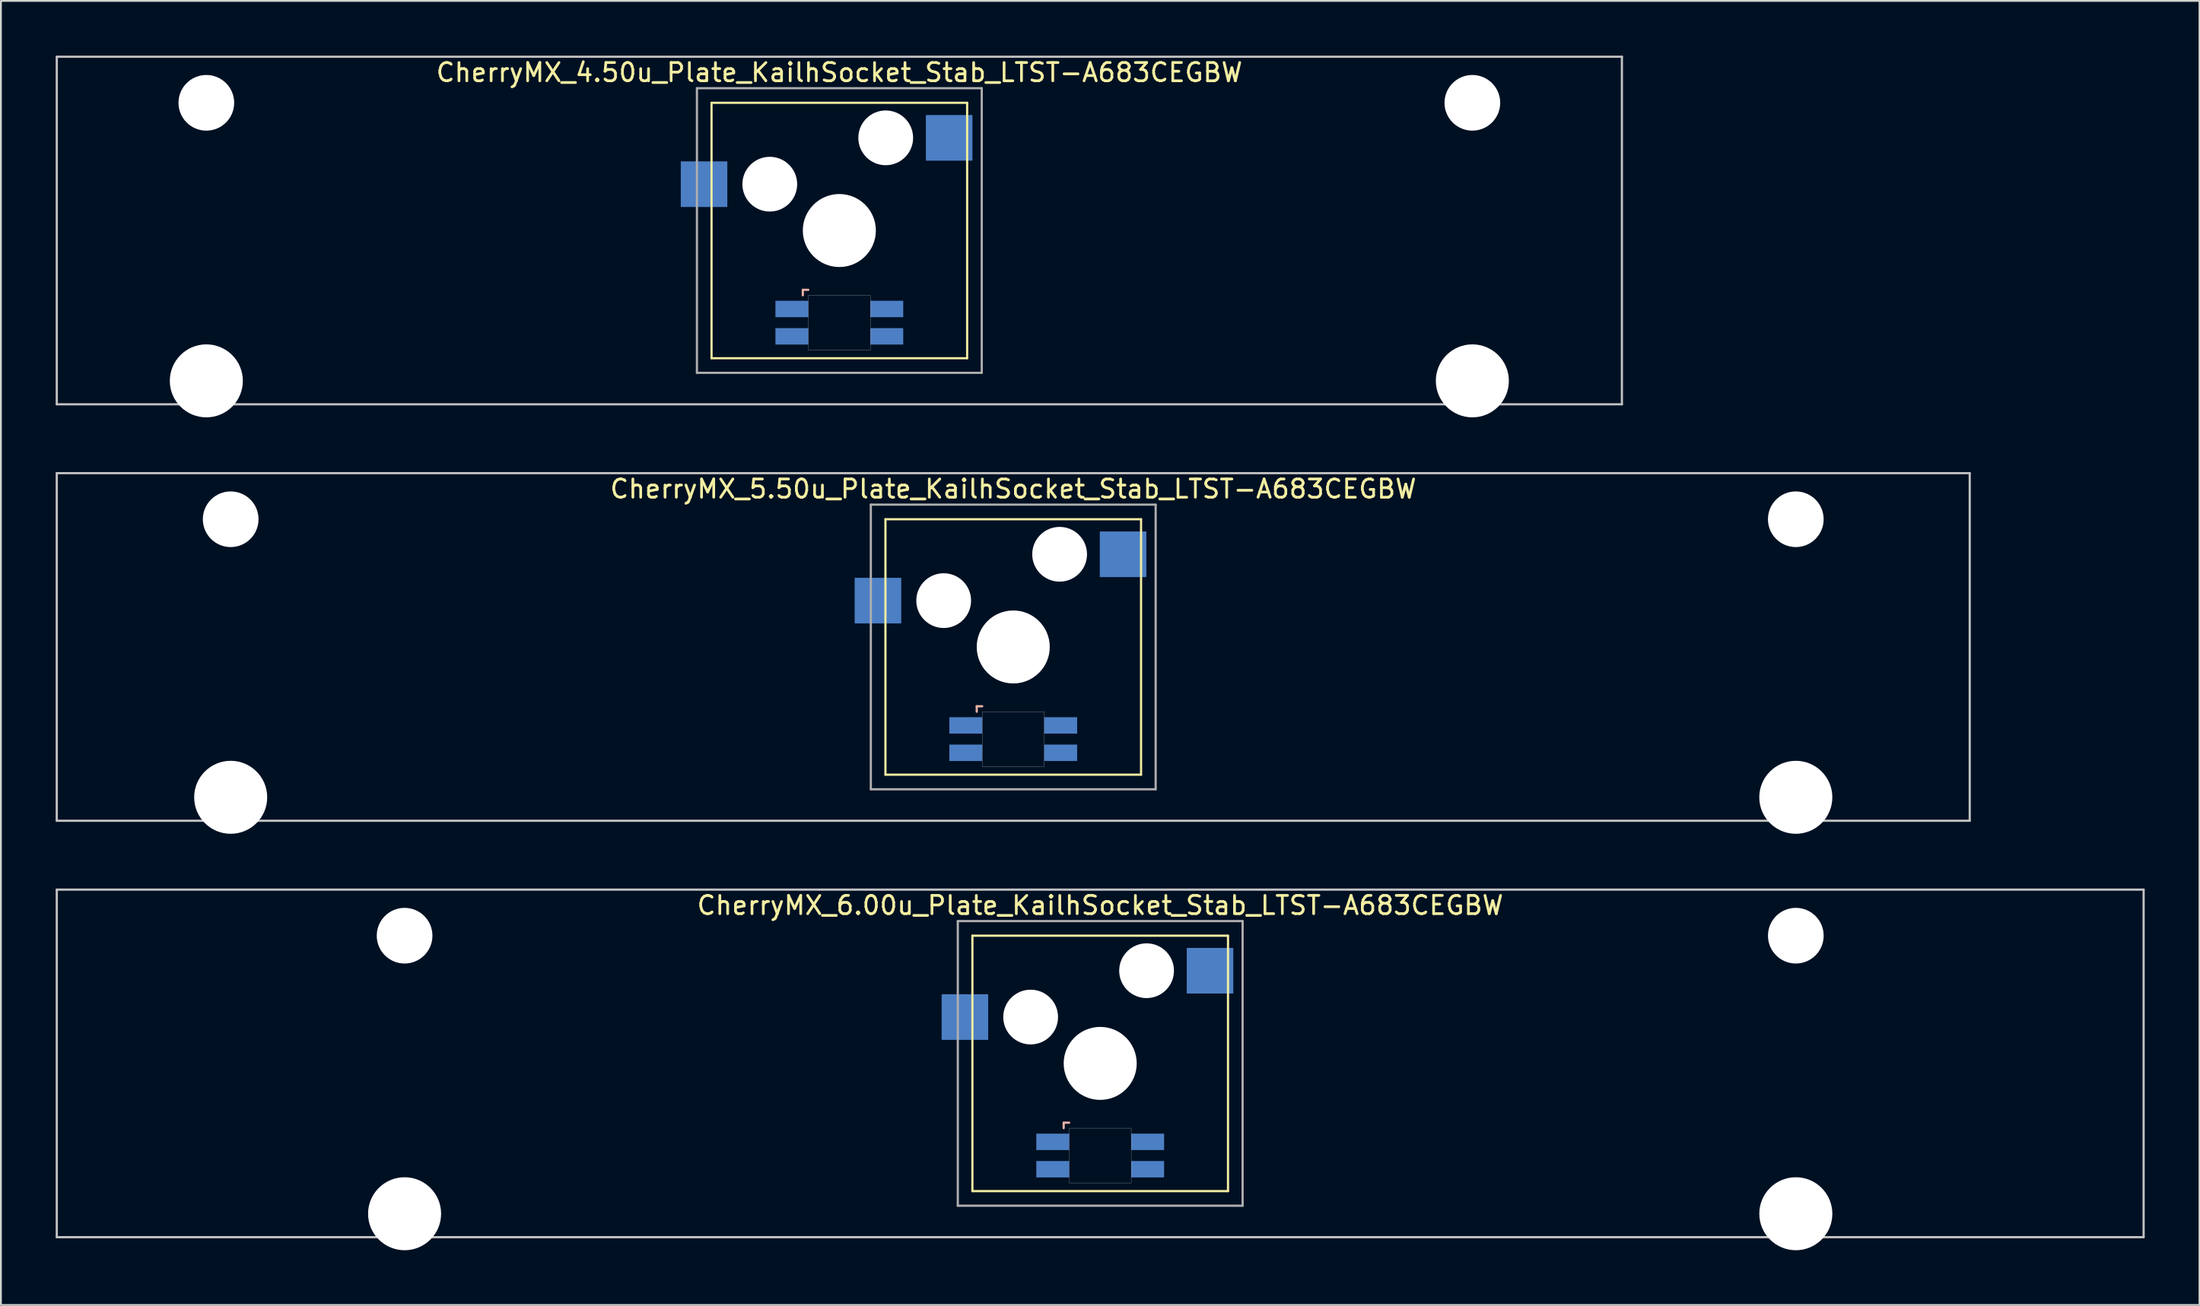
<source format=kicad_pcb>
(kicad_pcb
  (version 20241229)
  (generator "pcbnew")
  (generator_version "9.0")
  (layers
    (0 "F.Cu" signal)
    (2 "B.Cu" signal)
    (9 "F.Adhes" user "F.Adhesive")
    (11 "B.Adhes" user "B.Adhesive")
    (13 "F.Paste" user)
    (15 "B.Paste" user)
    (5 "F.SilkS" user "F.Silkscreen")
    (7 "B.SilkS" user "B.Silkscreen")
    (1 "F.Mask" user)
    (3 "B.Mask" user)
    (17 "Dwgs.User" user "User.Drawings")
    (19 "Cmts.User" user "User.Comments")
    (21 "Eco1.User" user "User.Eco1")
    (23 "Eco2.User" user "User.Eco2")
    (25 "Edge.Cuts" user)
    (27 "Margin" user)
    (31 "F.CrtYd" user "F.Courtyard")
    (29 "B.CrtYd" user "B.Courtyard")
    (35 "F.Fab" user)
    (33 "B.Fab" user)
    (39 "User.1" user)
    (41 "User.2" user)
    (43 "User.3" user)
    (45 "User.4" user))
  (footprint "CherryMX_6.00u_Plate_KailhSocket_Stab_LTST-A683CEGBW"
    (layer "F.Cu")
    (at 57.21 55.235)
    (property "Reference" "CherryMX_6.00u_Plate_KailhSocket_Stab_LTST-A683CEGBW" (at 0 -8.662 0) (layer "F.SilkS") (effects (font (size 1 1) (thickness 0.15))))
    (attr through_hole)
    (fp_line (start -7 -7) (end -7 7) (stroke (width 0.12) (type solid)) (layer "F.SilkS"))
    (fp_line (start -7 -7) (end 7 -7) (stroke (width 0.12) (type solid)) (layer "F.SilkS"))
    (fp_line (start 7 -7) (end 7 7) (stroke (width 0.12) (type solid)) (layer "F.SilkS"))
    (fp_line (start 7 7) (end -7 7) (stroke (width 0.12) (type solid)) (layer "F.SilkS"))
    (fp_line (start -2 3.25) (end -2 3.55) (stroke (width 0.12) (type solid)) (layer "B.SilkS"))
    (fp_line (start -1.7 3.25) (end -2 3.25) (stroke (width 0.12) (type solid)) (layer "B.SilkS"))
    (fp_line (start -57.15 -9.525) (end 57.15 -9.525) (stroke (width 0.12) (type solid)) (layer "Dwgs.User"))
    (fp_line (start -57.15 9.525) (end -57.15 -9.525) (stroke (width 0.12) (type solid)) (layer "Dwgs.User"))
    (fp_line (start 57.15 -9.525) (end 57.15 9.525) (stroke (width 0.12) (type solid)) (layer "Dwgs.User"))
    (fp_line (start 57.15 9.525) (end -57.15 9.525) (stroke (width 0.12) (type solid)) (layer "Dwgs.User"))
    (fp_poly (pts (xy 1.7 6.55) (xy -1.7 6.55) (xy -1.7 3.55) (xy 1.7 3.55)) (stroke (width 0.01) (type solid)) (fill no) (layer "Edge.Cuts"))
    (fp_line (start -7.8 -7.8) (end -7.8 7.8) (stroke (width 0.12) (type solid)) (layer "F.Fab"))
    (fp_line (start -7.8 -7.8) (end 7.8 -7.8) (stroke (width 0.12) (type solid)) (layer "F.Fab"))
    (fp_line (start -7.8 7.8) (end 7.8 7.8) (stroke (width 0.12) (type solid)) (layer "F.Fab"))
    (fp_line (start 7.8 -7.8) (end 7.8 7.8) (stroke (width 0.12) (type solid)) (layer "F.Fab"))
    (pad "" np_thru_hole circle (at -38.1 -7) (size 3.05 3.05) (drill 3.05) (layers "*.Cu" "*.Mask"))
    (pad "" np_thru_hole circle (at -38.1 8.24) (size 4 4) (drill 4) (layers "*.Cu" "*.Mask"))
    (pad "" np_thru_hole circle (at -3.81 -2.54) (size 3 3) (drill 3) (layers "*.Cu" "*.Mask"))
    (pad "" np_thru_hole circle (at 0 0) (size 4 4) (drill 4) (layers "*.Cu" "*.Mask"))
    (pad "" np_thru_hole circle (at 2.54 -5.08) (size 3 3) (drill 3) (layers "*.Cu" "*.Mask"))
    (pad "" np_thru_hole circle (at 38.1 -7) (size 3.05 3.05) (drill 3.05) (layers "*.Cu" "*.Mask"))
    (pad "" np_thru_hole circle (at 38.1 8.24) (size 4 4) (drill 4) (layers "*.Cu" "*.Mask"))
    (pad "1" smd rect (at -7.41 -2.54) (size 2.55 2.5) (layers "B.Cu" "B.Mask" "B.Paste"))
    (pad "2" smd rect (at 6.015 -5.08) (size 2.55 2.5) (layers "B.Cu" "B.Mask" "B.Paste"))
    (pad "3" smd rect (at -2.6 4.3) (size 1.8 0.9) (layers "B.Cu" "B.Mask" "B.Paste"))
    (pad "4" smd rect (at -2.6 5.8) (size 1.8 0.9) (layers "B.Cu" "B.Mask" "B.Paste"))
    (pad "5" smd rect (at 2.6 4.3) (size 1.8 0.9) (layers "B.Cu" "B.Mask" "B.Paste"))
    (pad "6" smd rect (at 2.6 5.8) (size 1.8 0.9) (layers "B.Cu" "B.Mask" "B.Paste")))
  (footprint "CherryMX_5.50u_Plate_KailhSocket_Stab_LTST-A683CEGBW"
    (layer "F.Cu")
    (at 52.447 32.41)
    (property "Reference" "CherryMX_5.50u_Plate_KailhSocket_Stab_LTST-A683CEGBW" (at 0 -8.662 0) (layer "F.SilkS") (effects (font (size 1 1) (thickness 0.15))))
    (attr through_hole)
    (fp_line (start -7 -7) (end -7 7) (stroke (width 0.12) (type solid)) (layer "F.SilkS"))
    (fp_line (start -7 -7) (end 7 -7) (stroke (width 0.12) (type solid)) (layer "F.SilkS"))
    (fp_line (start 7 -7) (end 7 7) (stroke (width 0.12) (type solid)) (layer "F.SilkS"))
    (fp_line (start 7 7) (end -7 7) (stroke (width 0.12) (type solid)) (layer "F.SilkS"))
    (fp_line (start -2 3.25) (end -2 3.55) (stroke (width 0.12) (type solid)) (layer "B.SilkS"))
    (fp_line (start -1.7 3.25) (end -2 3.25) (stroke (width 0.12) (type solid)) (layer "B.SilkS"))
    (fp_line (start -52.388 -9.525) (end 52.388 -9.525) (stroke (width 0.12) (type solid)) (layer "Dwgs.User"))
    (fp_line (start -52.388 9.525) (end -52.388 -9.525) (stroke (width 0.12) (type solid)) (layer "Dwgs.User"))
    (fp_line (start 52.388 -9.525) (end 52.388 9.525) (stroke (width 0.12) (type solid)) (layer "Dwgs.User"))
    (fp_line (start 52.388 9.525) (end -52.388 9.525) (stroke (width 0.12) (type solid)) (layer "Dwgs.User"))
    (fp_poly (pts (xy 1.7 6.55) (xy -1.7 6.55) (xy -1.7 3.55) (xy 1.7 3.55)) (stroke (width 0.01) (type solid)) (fill no) (layer "Edge.Cuts"))
    (fp_line (start -7.8 -7.8) (end -7.8 7.8) (stroke (width 0.12) (type solid)) (layer "F.Fab"))
    (fp_line (start -7.8 -7.8) (end 7.8 -7.8) (stroke (width 0.12) (type solid)) (layer "F.Fab"))
    (fp_line (start -7.8 7.8) (end 7.8 7.8) (stroke (width 0.12) (type solid)) (layer "F.Fab"))
    (fp_line (start 7.8 -7.8) (end 7.8 7.8) (stroke (width 0.12) (type solid)) (layer "F.Fab"))
    (pad "" np_thru_hole circle (at -42.862 -7) (size 3.05 3.05) (drill 3.05) (layers "*.Cu" "*.Mask"))
    (pad "" np_thru_hole circle (at -42.862 8.24) (size 4 4) (drill 4) (layers "*.Cu" "*.Mask"))
    (pad "" np_thru_hole circle (at -3.81 -2.54) (size 3 3) (drill 3) (layers "*.Cu" "*.Mask"))
    (pad "" np_thru_hole circle (at 0 0) (size 4 4) (drill 4) (layers "*.Cu" "*.Mask"))
    (pad "" np_thru_hole circle (at 2.54 -5.08) (size 3 3) (drill 3) (layers "*.Cu" "*.Mask"))
    (pad "" np_thru_hole circle (at 42.862 -7) (size 3.05 3.05) (drill 3.05) (layers "*.Cu" "*.Mask"))
    (pad "" np_thru_hole circle (at 42.862 8.24) (size 4 4) (drill 4) (layers "*.Cu" "*.Mask"))
    (pad "1" smd rect (at -7.41 -2.54) (size 2.55 2.5) (layers "B.Cu" "B.Mask" "B.Paste"))
    (pad "2" smd rect (at 6.015 -5.08) (size 2.55 2.5) (layers "B.Cu" "B.Mask" "B.Paste"))
    (pad "3" smd rect (at -2.6 4.3) (size 1.8 0.9) (layers "B.Cu" "B.Mask" "B.Paste"))
    (pad "4" smd rect (at -2.6 5.8) (size 1.8 0.9) (layers "B.Cu" "B.Mask" "B.Paste"))
    (pad "5" smd rect (at 2.6 4.3) (size 1.8 0.9) (layers "B.Cu" "B.Mask" "B.Paste"))
    (pad "6" smd rect (at 2.6 5.8) (size 1.8 0.9) (layers "B.Cu" "B.Mask" "B.Paste")))
  (footprint "CherryMX_4.50u_Plate_KailhSocket_Stab_LTST-A683CEGBW"
    (layer "F.Cu")
    (at 42.922 9.585)
    (property "Reference" "CherryMX_4.50u_Plate_KailhSocket_Stab_LTST-A683CEGBW" (at 0 -8.662 0) (layer "F.SilkS") (effects (font (size 1 1) (thickness 0.15))))
    (attr through_hole)
    (fp_line (start -7 -7) (end -7 7) (stroke (width 0.12) (type solid)) (layer "F.SilkS"))
    (fp_line (start -7 -7) (end 7 -7) (stroke (width 0.12) (type solid)) (layer "F.SilkS"))
    (fp_line (start 7 -7) (end 7 7) (stroke (width 0.12) (type solid)) (layer "F.SilkS"))
    (fp_line (start 7 7) (end -7 7) (stroke (width 0.12) (type solid)) (layer "F.SilkS"))
    (fp_line (start -2 3.25) (end -2 3.55) (stroke (width 0.12) (type solid)) (layer "B.SilkS"))
    (fp_line (start -1.7 3.25) (end -2 3.25) (stroke (width 0.12) (type solid)) (layer "B.SilkS"))
    (fp_line (start -42.862 -9.525) (end 42.862 -9.525) (stroke (width 0.12) (type solid)) (layer "Dwgs.User"))
    (fp_line (start -42.862 9.525) (end -42.862 -9.525) (stroke (width 0.12) (type solid)) (layer "Dwgs.User"))
    (fp_line (start 42.862 -9.525) (end 42.862 9.525) (stroke (width 0.12) (type solid)) (layer "Dwgs.User"))
    (fp_line (start 42.862 9.525) (end -42.862 9.525) (stroke (width 0.12) (type solid)) (layer "Dwgs.User"))
    (fp_poly (pts (xy 1.7 6.55) (xy -1.7 6.55) (xy -1.7 3.55) (xy 1.7 3.55)) (stroke (width 0.01) (type solid)) (fill no) (layer "Edge.Cuts"))
    (fp_line (start -7.8 -7.8) (end -7.8 7.8) (stroke (width 0.12) (type solid)) (layer "F.Fab"))
    (fp_line (start -7.8 -7.8) (end 7.8 -7.8) (stroke (width 0.12) (type solid)) (layer "F.Fab"))
    (fp_line (start -7.8 7.8) (end 7.8 7.8) (stroke (width 0.12) (type solid)) (layer "F.Fab"))
    (fp_line (start 7.8 -7.8) (end 7.8 7.8) (stroke (width 0.12) (type solid)) (layer "F.Fab"))
    (pad "" np_thru_hole circle (at -34.671 -7) (size 3.05 3.05) (drill 3.05) (layers "*.Cu" "*.Mask"))
    (pad "" np_thru_hole circle (at -34.671 8.24) (size 4 4) (drill 4) (layers "*.Cu" "*.Mask"))
    (pad "" np_thru_hole circle (at -3.81 -2.54) (size 3 3) (drill 3) (layers "*.Cu" "*.Mask"))
    (pad "" np_thru_hole circle (at 0 0) (size 4 4) (drill 4) (layers "*.Cu" "*.Mask"))
    (pad "" np_thru_hole circle (at 2.54 -5.08) (size 3 3) (drill 3) (layers "*.Cu" "*.Mask"))
    (pad "" np_thru_hole circle (at 34.671 -7) (size 3.05 3.05) (drill 3.05) (layers "*.Cu" "*.Mask"))
    (pad "" np_thru_hole circle (at 34.671 8.24) (size 4 4) (drill 4) (layers "*.Cu" "*.Mask"))
    (pad "1" smd rect (at -7.41 -2.54) (size 2.55 2.5) (layers "B.Cu" "B.Mask" "B.Paste"))
    (pad "2" smd rect (at 6.015 -5.08) (size 2.55 2.5) (layers "B.Cu" "B.Mask" "B.Paste"))
    (pad "3" smd rect (at -2.6 4.3) (size 1.8 0.9) (layers "B.Cu" "B.Mask" "B.Paste"))
    (pad "4" smd rect (at -2.6 5.8) (size 1.8 0.9) (layers "B.Cu" "B.Mask" "B.Paste"))
    (pad "5" smd rect (at 2.6 4.3) (size 1.8 0.9) (layers "B.Cu" "B.Mask" "B.Paste"))
    (pad "6" smd rect (at 2.6 5.8) (size 1.8 0.9) (layers "B.Cu" "B.Mask" "B.Paste")))
  (gr_rect
    (start -3 -3)
    (end 117.42 68.475)
    (stroke (width 0.1) (type default))
    (fill no)
    (layer "Edge.Cuts")))
</source>
